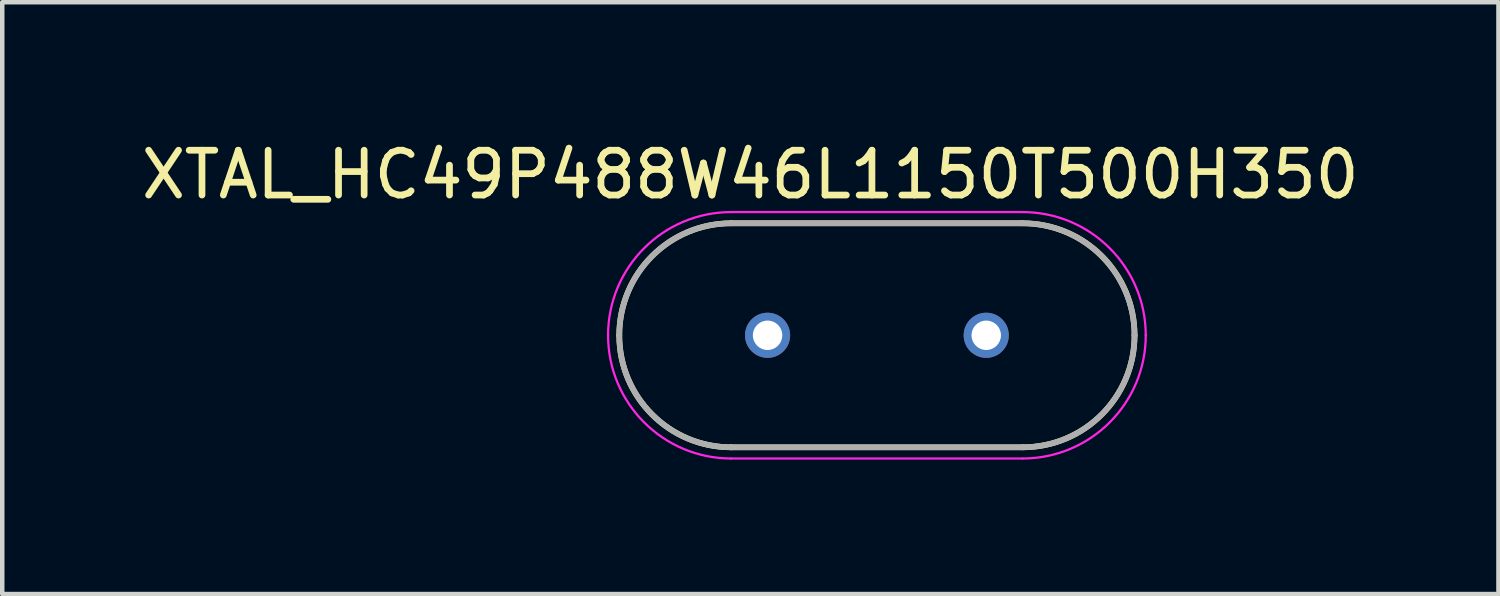
<source format=kicad_pcb>
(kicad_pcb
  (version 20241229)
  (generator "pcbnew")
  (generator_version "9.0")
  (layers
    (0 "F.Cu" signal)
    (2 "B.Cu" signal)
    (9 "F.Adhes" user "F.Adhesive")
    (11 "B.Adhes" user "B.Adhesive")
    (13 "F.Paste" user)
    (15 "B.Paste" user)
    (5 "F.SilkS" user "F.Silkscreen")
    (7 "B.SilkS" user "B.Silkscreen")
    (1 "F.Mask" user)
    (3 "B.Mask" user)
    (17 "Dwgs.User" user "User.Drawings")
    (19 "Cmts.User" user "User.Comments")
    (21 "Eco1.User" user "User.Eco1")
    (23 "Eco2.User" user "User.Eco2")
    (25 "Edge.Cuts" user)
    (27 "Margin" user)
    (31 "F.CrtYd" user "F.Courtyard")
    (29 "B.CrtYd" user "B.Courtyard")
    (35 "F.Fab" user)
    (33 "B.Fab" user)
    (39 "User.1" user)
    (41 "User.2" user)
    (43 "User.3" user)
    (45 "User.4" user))
  (footprint "XTAL_HC49P488W46L1150T500H350"
    (layer "F.Cu")
    (at 16.521 4.433)
    (property "Reference" "XTAL_HC49P488W46L1150T500H350" (at -2.825 -3.585 0) (layer "F.SilkS") (effects (font (size 1 1) (thickness 0.15))))
    (attr through_hole)
    (fp_line (start -3.25 -2.5) (end 3.25 -2.5) (stroke (width 0.127) (type solid)) (layer "F.SilkS"))
    (fp_line (start -3.25 2.5) (end 3.25 2.5) (stroke (width 0.127) (type solid)) (layer "F.SilkS"))
    (fp_arc (start -5.75 0) (mid -5.017767 -1.767767) (end -3.25 -2.5) (stroke (width 0.127) (type solid)) (layer "F.SilkS"))
    (fp_arc (start -3.25 2.5) (mid -5.017767 1.767767) (end -5.75 0) (stroke (width 0.127) (type solid)) (layer "F.SilkS"))
    (fp_arc (start 3.25 -2.5) (mid 5.017767 -1.767767) (end 5.75 0) (stroke (width 0.127) (type solid)) (layer "F.SilkS"))
    (fp_arc (start 5.75 0) (mid 5.017767 1.767767) (end 3.25 2.5) (stroke (width 0.127) (type solid)) (layer "F.SilkS"))
    (fp_line (start -3.25 -2.75) (end 3.25 -2.75) (stroke (width 0.05) (type solid)) (layer "F.CrtYd"))
    (fp_line (start -3.25 2.75) (end 3.25 2.75) (stroke (width 0.05) (type solid)) (layer "F.CrtYd"))
    (fp_arc (start -6 0) (mid -5.194544 -1.944544) (end -3.25 -2.75) (stroke (width 0.05) (type solid)) (layer "F.CrtYd"))
    (fp_arc (start -3.25 2.75) (mid -5.194544 1.944544) (end -6 0) (stroke (width 0.05) (type solid)) (layer "F.CrtYd"))
    (fp_arc (start 3.25 -2.75) (mid 5.194544 -1.944544) (end 6 0) (stroke (width 0.05) (type solid)) (layer "F.CrtYd"))
    (fp_arc (start 6 0) (mid 5.194544 1.944544) (end 3.25 2.75) (stroke (width 0.05) (type solid)) (layer "F.CrtYd"))
    (fp_line (start -3.25 -2.5) (end 3.25 -2.5) (stroke (width 0.127) (type solid)) (layer "F.Fab"))
    (fp_line (start -3.25 2.5) (end 3.25 2.5) (stroke (width 0.127) (type solid)) (layer "F.Fab"))
    (fp_arc (start -5.75 0) (mid -5.017767 -1.767767) (end -3.25 -2.5) (stroke (width 0.127) (type solid)) (layer "F.Fab"))
    (fp_arc (start -3.25 2.5) (mid -5.017767 1.767767) (end -5.75 0) (stroke (width 0.127) (type solid)) (layer "F.Fab"))
    (fp_arc (start 3.25 -2.5) (mid 5.017767 -1.767767) (end 5.75 0) (stroke (width 0.127) (type solid)) (layer "F.Fab"))
    (fp_arc (start 5.75 0) (mid 5.017767 1.767767) (end 3.25 2.5) (stroke (width 0.127) (type solid)) (layer "F.Fab"))
    (pad "1" thru_hole circle (at -2.44 0) (size 1.007 1.007) (drill 0.657) (layers "*.Cu" "*.Mask"))
    (pad "2" thru_hole circle (at 2.44 0) (size 1.007 1.007) (drill 0.657) (layers "*.Cu" "*.Mask")))
  (gr_rect
    (start -3 -3)
    (end 30.393 10.208)
    (stroke (width 0.1) (type default))
    (fill no)
    (layer "Edge.Cuts")))
</source>
